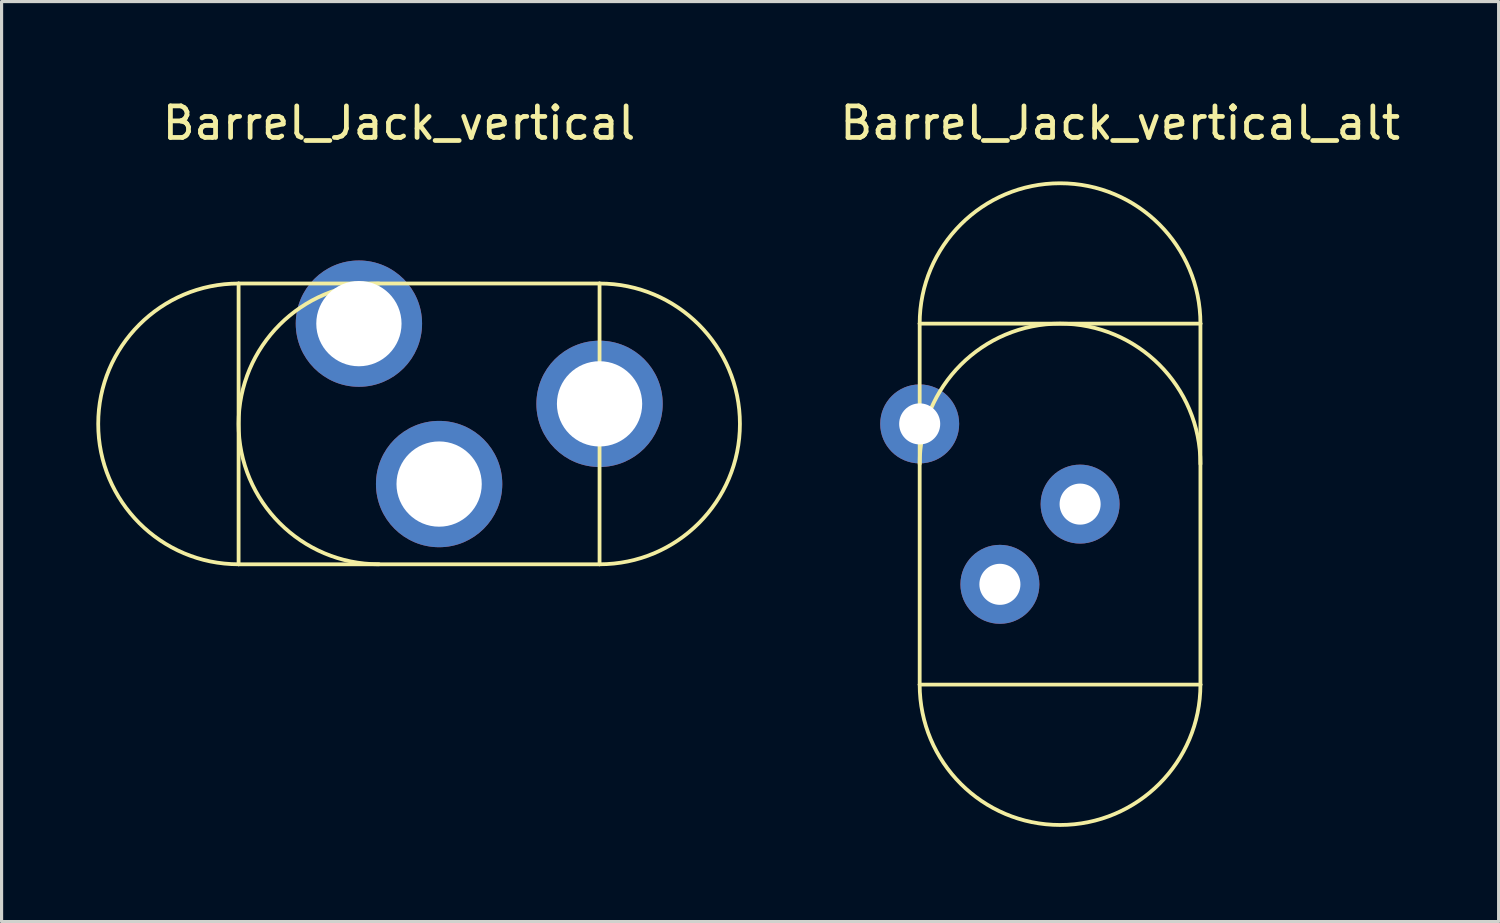
<source format=kicad_pcb>
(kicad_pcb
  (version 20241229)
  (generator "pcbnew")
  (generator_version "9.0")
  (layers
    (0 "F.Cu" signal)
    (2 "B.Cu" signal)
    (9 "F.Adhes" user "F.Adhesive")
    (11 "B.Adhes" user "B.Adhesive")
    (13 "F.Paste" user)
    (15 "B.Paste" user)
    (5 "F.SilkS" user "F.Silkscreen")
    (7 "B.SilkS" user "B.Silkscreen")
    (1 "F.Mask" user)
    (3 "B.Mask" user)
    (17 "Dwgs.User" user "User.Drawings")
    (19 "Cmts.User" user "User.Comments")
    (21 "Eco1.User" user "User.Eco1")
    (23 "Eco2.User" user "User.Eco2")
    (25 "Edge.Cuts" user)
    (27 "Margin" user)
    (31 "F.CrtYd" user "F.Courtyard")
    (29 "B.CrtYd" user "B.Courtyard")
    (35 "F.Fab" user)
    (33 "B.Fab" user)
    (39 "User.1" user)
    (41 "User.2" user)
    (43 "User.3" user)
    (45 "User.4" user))
  (footprint "Barrel_Jack_vertical_alt"
    (layer "F.Cu")
    (at 27.977 5.293)
    (property "Reference" "Barrel_Jack_vertical_alt" (at 4.445 -4.445 0) (layer "F.SilkS") (effects (font (size 1 1) (thickness 0.15))))
    (attr through_hole)
    (fp_line (start -1.905 1.905) (end 6.985 1.905) (stroke (width 0.12) (type solid)) (layer "F.SilkS"))
    (fp_line (start -1.905 13.335) (end -1.905 1.905) (stroke (width 0.12) (type solid)) (layer "F.SilkS"))
    (fp_line (start 6.985 1.905) (end 6.985 13.335) (stroke (width 0.12) (type solid)) (layer "F.SilkS"))
    (fp_line (start 6.985 13.335) (end -1.905 13.335) (stroke (width 0.12) (type solid)) (layer "F.SilkS"))
    (fp_arc (start -1.905 1.905) (mid 2.54 -2.54) (end 6.985 1.905) (stroke (width 0.12) (type solid)) (layer "F.SilkS"))
    (fp_arc (start -1.905 6.35) (mid 2.54 1.905) (end 6.985 6.35) (stroke (width 0.12) (type solid)) (layer "F.SilkS"))
    (fp_arc (start 6.985 13.335) (mid 2.54 17.78) (end -1.905 13.335) (stroke (width 0.12) (type solid)) (layer "F.SilkS"))
    (pad "1" thru_hole circle (at -1.905 5.08 270) (size 2.5 2.5) (drill 1.3) (layers "*.Cu" "*.Mask"))
    (pad "2" thru_hole circle (at 0.635 10.16 270) (size 2.5 2.5) (drill 1.3) (layers "*.Cu" "*.Mask"))
    (pad "3" thru_hole circle (at 3.175 7.62 270) (size 2.5 2.5) (drill 1.3) (layers "*.Cu" "*.Mask")))
  (footprint "Barrel_Jack_vertical"
    (layer "F.Cu")
    (at 10.855 4.658)
    (property "Reference" "Barrel_Jack_vertical" (at -1.27 -3.81 0) (layer "F.SilkS") (effects (font (size 1 1) (thickness 0.15))))
    (attr through_hole)
    (fp_line (start -6.35 1.27) (end 5.08 1.27) (stroke (width 0.12) (type solid)) (layer "F.SilkS"))
    (fp_line (start -6.35 10.16) (end -6.35 1.27) (stroke (width 0.12) (type solid)) (layer "F.SilkS"))
    (fp_line (start 5.08 1.27) (end 5.08 10.16) (stroke (width 0.12) (type solid)) (layer "F.SilkS"))
    (fp_line (start 5.08 10.16) (end -6.35 10.16) (stroke (width 0.12) (type solid)) (layer "F.SilkS"))
    (fp_arc (start -6.35 10.16) (mid -10.795 5.715) (end -6.35 1.27) (stroke (width 0.12) (type solid)) (layer "F.SilkS"))
    (fp_arc (start -1.905 10.16) (mid -6.35 5.715) (end -1.905 1.27) (stroke (width 0.12) (type solid)) (layer "F.SilkS"))
    (fp_arc (start 5.08 1.27) (mid 9.525 5.715) (end 5.08 10.16) (stroke (width 0.12) (type solid)) (layer "F.SilkS"))
    (pad "1" thru_hole circle (at 5.08 5.08) (size 4 4) (drill 2.7) (layers "*.Cu" "*.Mask"))
    (pad "2" thru_hole circle (at -2.54 2.54) (size 4 4) (drill 2.7) (layers "*.Cu" "*.Mask"))
    (pad "3" thru_hole circle (at 0 7.62) (size 4 4) (drill 2.7) (layers "*.Cu" "*.Mask")))
  (gr_rect
    (start -3 -3)
    (end 44.404 26.133)
    (stroke (width 0.1) (type default))
    (fill no)
    (layer "Edge.Cuts")))
</source>
